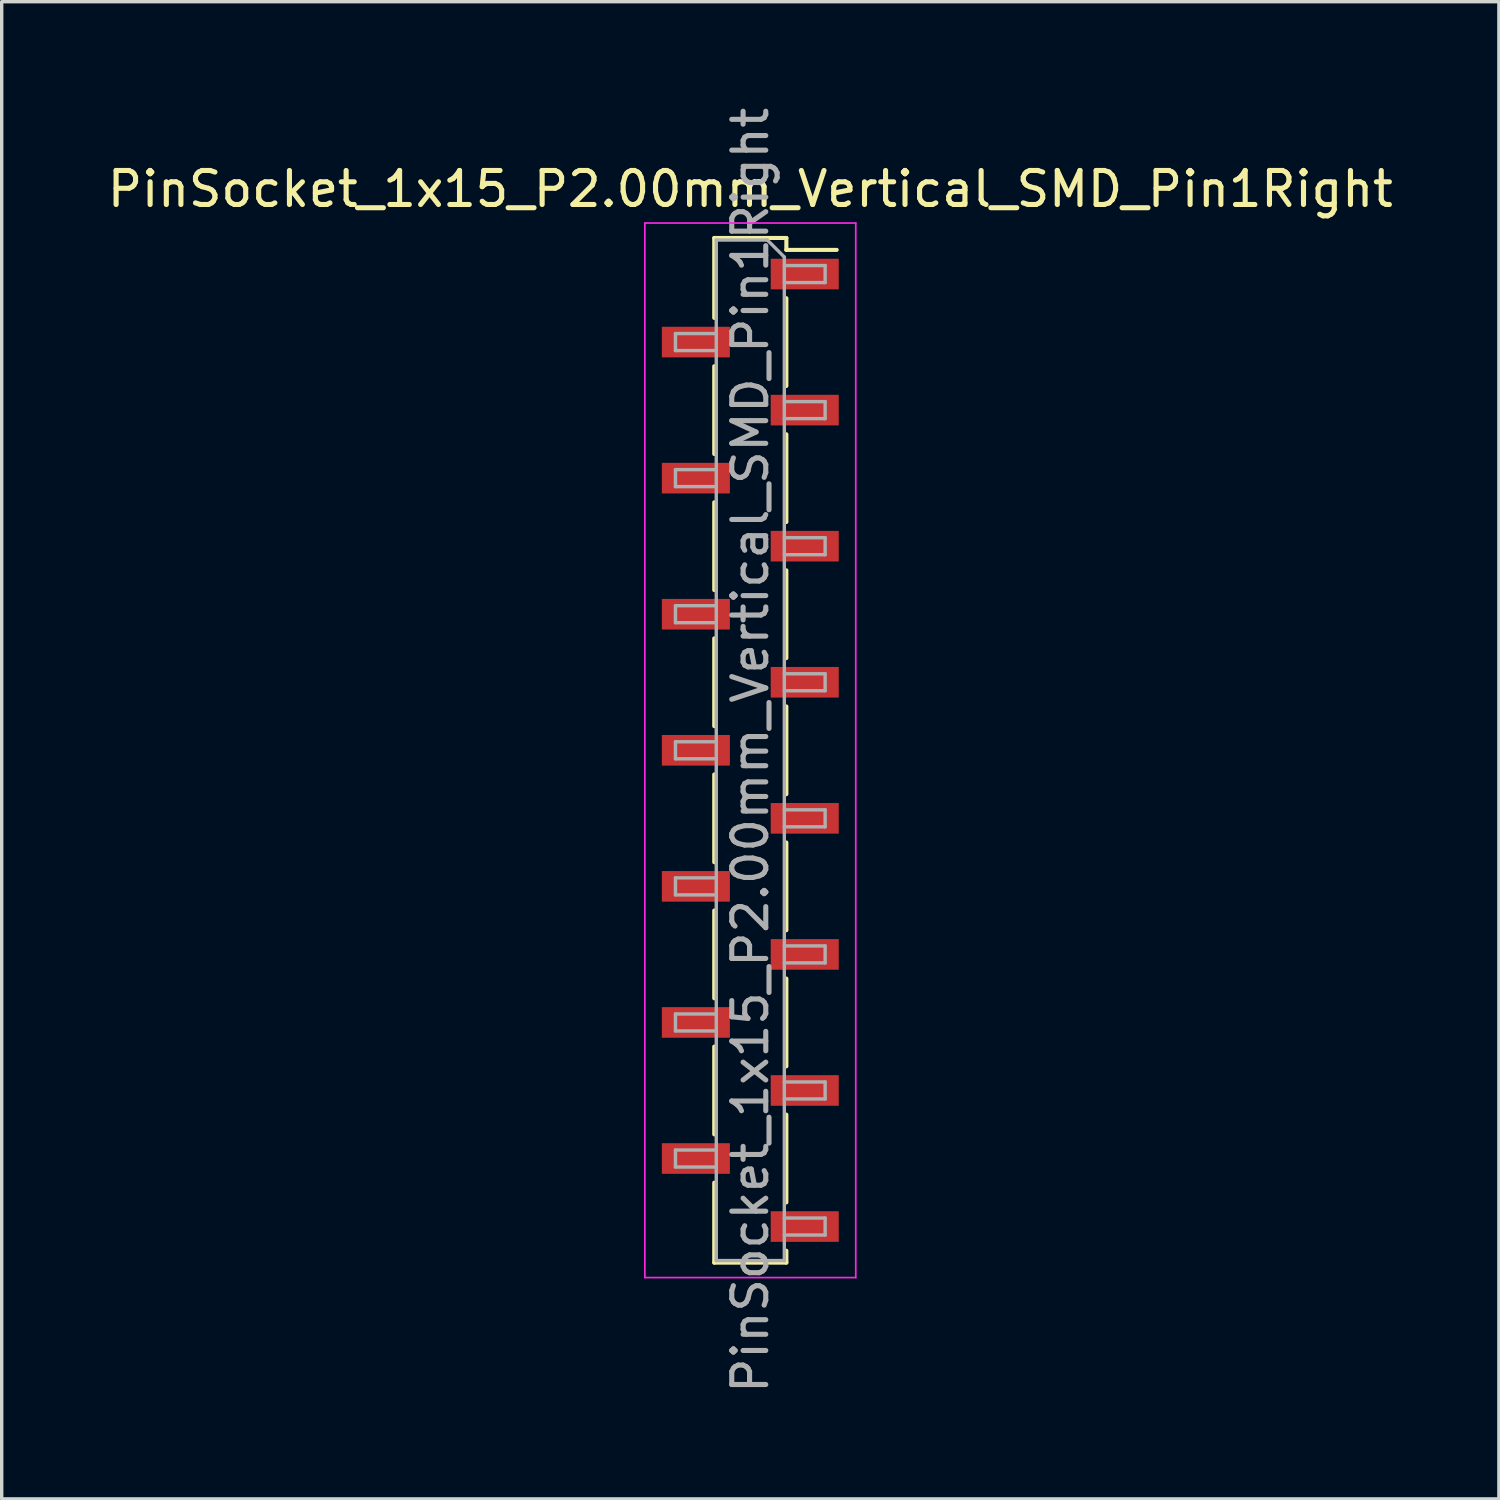
<source format=kicad_pcb>
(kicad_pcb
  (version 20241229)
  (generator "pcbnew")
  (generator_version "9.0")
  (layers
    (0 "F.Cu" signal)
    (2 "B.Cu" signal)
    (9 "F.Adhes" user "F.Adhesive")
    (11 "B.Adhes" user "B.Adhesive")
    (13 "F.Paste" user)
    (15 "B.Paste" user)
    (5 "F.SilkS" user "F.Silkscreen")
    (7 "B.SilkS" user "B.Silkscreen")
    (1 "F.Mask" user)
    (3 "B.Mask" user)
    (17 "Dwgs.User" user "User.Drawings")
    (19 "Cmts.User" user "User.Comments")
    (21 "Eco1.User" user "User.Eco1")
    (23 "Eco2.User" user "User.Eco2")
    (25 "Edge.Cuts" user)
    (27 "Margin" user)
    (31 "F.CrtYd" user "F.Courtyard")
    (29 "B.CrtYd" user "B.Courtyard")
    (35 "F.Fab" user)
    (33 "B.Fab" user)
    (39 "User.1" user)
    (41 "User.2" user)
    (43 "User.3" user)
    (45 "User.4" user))
  (footprint "PinSocket_1x15_P2.00mm_Vertical_SMD_Pin1Right"
    (layer "F.Cu")
    (at 19.006 19.006)
    (property "Reference" "PinSocket_1x15_P2.00mm_Vertical_SMD_Pin1Right" (at 0 -16.5 0) (layer "F.SilkS") (effects (font (size 1 1) (thickness 0.15))))
    (attr smd)
    (fp_line (start -1.06 -15.06) (end -1.06 -12.71) (stroke (width 0.12) (type solid)) (layer "F.SilkS"))
    (fp_line (start -1.06 -15.06) (end 1.06 -15.06) (stroke (width 0.12) (type solid)) (layer "F.SilkS"))
    (fp_line (start -1.06 -11.29) (end -1.06 -8.71) (stroke (width 0.12) (type solid)) (layer "F.SilkS"))
    (fp_line (start -1.06 -7.29) (end -1.06 -4.71) (stroke (width 0.12) (type solid)) (layer "F.SilkS"))
    (fp_line (start -1.06 -3.29) (end -1.06 -0.71) (stroke (width 0.12) (type solid)) (layer "F.SilkS"))
    (fp_line (start -1.06 0.71) (end -1.06 3.29) (stroke (width 0.12) (type solid)) (layer "F.SilkS"))
    (fp_line (start -1.06 4.71) (end -1.06 7.29) (stroke (width 0.12) (type solid)) (layer "F.SilkS"))
    (fp_line (start -1.06 8.71) (end -1.06 11.29) (stroke (width 0.12) (type solid)) (layer "F.SilkS"))
    (fp_line (start -1.06 12.71) (end -1.06 15.06) (stroke (width 0.12) (type solid)) (layer "F.SilkS"))
    (fp_line (start -1.06 15.06) (end 1.06 15.06) (stroke (width 0.12) (type solid)) (layer "F.SilkS"))
    (fp_line (start 1.06 -15.06) (end 1.06 -14.71) (stroke (width 0.12) (type solid)) (layer "F.SilkS"))
    (fp_line (start 1.06 -14.71) (end 2.54 -14.71) (stroke (width 0.12) (type solid)) (layer "F.SilkS"))
    (fp_line (start 1.06 -13.29) (end 1.06 -10.71) (stroke (width 0.12) (type solid)) (layer "F.SilkS"))
    (fp_line (start 1.06 -9.29) (end 1.06 -6.71) (stroke (width 0.12) (type solid)) (layer "F.SilkS"))
    (fp_line (start 1.06 -5.29) (end 1.06 -2.71) (stroke (width 0.12) (type solid)) (layer "F.SilkS"))
    (fp_line (start 1.06 -1.29) (end 1.06 1.29) (stroke (width 0.12) (type solid)) (layer "F.SilkS"))
    (fp_line (start 1.06 2.71) (end 1.06 5.29) (stroke (width 0.12) (type solid)) (layer "F.SilkS"))
    (fp_line (start 1.06 6.71) (end 1.06 9.29) (stroke (width 0.12) (type solid)) (layer "F.SilkS"))
    (fp_line (start 1.06 10.71) (end 1.06 13.29) (stroke (width 0.12) (type solid)) (layer "F.SilkS"))
    (fp_line (start 1.06 14.71) (end 1.06 15.06) (stroke (width 0.12) (type solid)) (layer "F.SilkS"))
    (fp_line (start -3.1 -15.5) (end 3.1 -15.5) (stroke (width 0.05) (type solid)) (layer "F.CrtYd"))
    (fp_line (start -3.1 15.5) (end -3.1 -15.5) (stroke (width 0.05) (type solid)) (layer "F.CrtYd"))
    (fp_line (start 3.1 -15.5) (end 3.1 15.5) (stroke (width 0.05) (type solid)) (layer "F.CrtYd"))
    (fp_line (start 3.1 15.5) (end -3.1 15.5) (stroke (width 0.05) (type solid)) (layer "F.CrtYd"))
    (fp_line (start -2.2 -12.25) (end -1 -12.25) (stroke (width 0.1) (type solid)) (layer "F.Fab"))
    (fp_line (start -2.2 -11.75) (end -2.2 -12.25) (stroke (width 0.1) (type solid)) (layer "F.Fab"))
    (fp_line (start -2.2 -8.25) (end -1 -8.25) (stroke (width 0.1) (type solid)) (layer "F.Fab"))
    (fp_line (start -2.2 -7.75) (end -2.2 -8.25) (stroke (width 0.1) (type solid)) (layer "F.Fab"))
    (fp_line (start -2.2 -4.25) (end -1 -4.25) (stroke (width 0.1) (type solid)) (layer "F.Fab"))
    (fp_line (start -2.2 -3.75) (end -2.2 -4.25) (stroke (width 0.1) (type solid)) (layer "F.Fab"))
    (fp_line (start -2.2 -0.25) (end -1 -0.25) (stroke (width 0.1) (type solid)) (layer "F.Fab"))
    (fp_line (start -2.2 0.25) (end -2.2 -0.25) (stroke (width 0.1) (type solid)) (layer "F.Fab"))
    (fp_line (start -2.2 3.75) (end -1 3.75) (stroke (width 0.1) (type solid)) (layer "F.Fab"))
    (fp_line (start -2.2 4.25) (end -2.2 3.75) (stroke (width 0.1) (type solid)) (layer "F.Fab"))
    (fp_line (start -2.2 7.75) (end -1 7.75) (stroke (width 0.1) (type solid)) (layer "F.Fab"))
    (fp_line (start -2.2 8.25) (end -2.2 7.75) (stroke (width 0.1) (type solid)) (layer "F.Fab"))
    (fp_line (start -2.2 11.75) (end -1 11.75) (stroke (width 0.1) (type solid)) (layer "F.Fab"))
    (fp_line (start -2.2 12.25) (end -2.2 11.75) (stroke (width 0.1) (type solid)) (layer "F.Fab"))
    (fp_line (start -1 -15) (end 0.5 -15) (stroke (width 0.1) (type solid)) (layer "F.Fab"))
    (fp_line (start -1 -11.75) (end -2.2 -11.75) (stroke (width 0.1) (type solid)) (layer "F.Fab"))
    (fp_line (start -1 -7.75) (end -2.2 -7.75) (stroke (width 0.1) (type solid)) (layer "F.Fab"))
    (fp_line (start -1 -3.75) (end -2.2 -3.75) (stroke (width 0.1) (type solid)) (layer "F.Fab"))
    (fp_line (start -1 0.25) (end -2.2 0.25) (stroke (width 0.1) (type solid)) (layer "F.Fab"))
    (fp_line (start -1 4.25) (end -2.2 4.25) (stroke (width 0.1) (type solid)) (layer "F.Fab"))
    (fp_line (start -1 8.25) (end -2.2 8.25) (stroke (width 0.1) (type solid)) (layer "F.Fab"))
    (fp_line (start -1 12.25) (end -2.2 12.25) (stroke (width 0.1) (type solid)) (layer "F.Fab"))
    (fp_line (start -1 15) (end -1 -15) (stroke (width 0.1) (type solid)) (layer "F.Fab"))
    (fp_line (start 0.5 -15) (end 1 -14.5) (stroke (width 0.1) (type solid)) (layer "F.Fab"))
    (fp_line (start 1 -14.5) (end 1 15) (stroke (width 0.1) (type solid)) (layer "F.Fab"))
    (fp_line (start 1 -14.25) (end 2.2 -14.25) (stroke (width 0.1) (type solid)) (layer "F.Fab"))
    (fp_line (start 1 -10.25) (end 2.2 -10.25) (stroke (width 0.1) (type solid)) (layer "F.Fab"))
    (fp_line (start 1 -6.25) (end 2.2 -6.25) (stroke (width 0.1) (type solid)) (layer "F.Fab"))
    (fp_line (start 1 -2.25) (end 2.2 -2.25) (stroke (width 0.1) (type solid)) (layer "F.Fab"))
    (fp_line (start 1 1.75) (end 2.2 1.75) (stroke (width 0.1) (type solid)) (layer "F.Fab"))
    (fp_line (start 1 5.75) (end 2.2 5.75) (stroke (width 0.1) (type solid)) (layer "F.Fab"))
    (fp_line (start 1 9.75) (end 2.2 9.75) (stroke (width 0.1) (type solid)) (layer "F.Fab"))
    (fp_line (start 1 13.75) (end 2.2 13.75) (stroke (width 0.1) (type solid)) (layer "F.Fab"))
    (fp_line (start 1 15) (end -1 15) (stroke (width 0.1) (type solid)) (layer "F.Fab"))
    (fp_line (start 2.2 -14.25) (end 2.2 -13.75) (stroke (width 0.1) (type solid)) (layer "F.Fab"))
    (fp_line (start 2.2 -13.75) (end 1 -13.75) (stroke (width 0.1) (type solid)) (layer "F.Fab"))
    (fp_line (start 2.2 -10.25) (end 2.2 -9.75) (stroke (width 0.1) (type solid)) (layer "F.Fab"))
    (fp_line (start 2.2 -9.75) (end 1 -9.75) (stroke (width 0.1) (type solid)) (layer "F.Fab"))
    (fp_line (start 2.2 -6.25) (end 2.2 -5.75) (stroke (width 0.1) (type solid)) (layer "F.Fab"))
    (fp_line (start 2.2 -5.75) (end 1 -5.75) (stroke (width 0.1) (type solid)) (layer "F.Fab"))
    (fp_line (start 2.2 -2.25) (end 2.2 -1.75) (stroke (width 0.1) (type solid)) (layer "F.Fab"))
    (fp_line (start 2.2 -1.75) (end 1 -1.75) (stroke (width 0.1) (type solid)) (layer "F.Fab"))
    (fp_line (start 2.2 1.75) (end 2.2 2.25) (stroke (width 0.1) (type solid)) (layer "F.Fab"))
    (fp_line (start 2.2 2.25) (end 1 2.25) (stroke (width 0.1) (type solid)) (layer "F.Fab"))
    (fp_line (start 2.2 5.75) (end 2.2 6.25) (stroke (width 0.1) (type solid)) (layer "F.Fab"))
    (fp_line (start 2.2 6.25) (end 1 6.25) (stroke (width 0.1) (type solid)) (layer "F.Fab"))
    (fp_line (start 2.2 9.75) (end 2.2 10.25) (stroke (width 0.1) (type solid)) (layer "F.Fab"))
    (fp_line (start 2.2 10.25) (end 1 10.25) (stroke (width 0.1) (type solid)) (layer "F.Fab"))
    (fp_line (start 2.2 13.75) (end 2.2 14.25) (stroke (width 0.1) (type solid)) (layer "F.Fab"))
    (fp_line (start 2.2 14.25) (end 1 14.25) (stroke (width 0.1) (type solid)) (layer "F.Fab"))
    (fp_text user "${REFERENCE}" (at 0 0 90) (layer "F.Fab") (effects (font (size 1 1) (thickness 0.15))))
    (pad "1" smd rect (at 1.6 -14) (size 2 0.9) (layers "F.Cu" "F.Mask" "F.Paste"))
    (pad "2" smd rect (at -1.6 -12) (size 2 0.9) (layers "F.Cu" "F.Mask" "F.Paste"))
    (pad "3" smd rect (at 1.6 -10) (size 2 0.9) (layers "F.Cu" "F.Mask" "F.Paste"))
    (pad "4" smd rect (at -1.6 -8) (size 2 0.9) (layers "F.Cu" "F.Mask" "F.Paste"))
    (pad "5" smd rect (at 1.6 -6) (size 2 0.9) (layers "F.Cu" "F.Mask" "F.Paste"))
    (pad "6" smd rect (at -1.6 -4) (size 2 0.9) (layers "F.Cu" "F.Mask" "F.Paste"))
    (pad "7" smd rect (at 1.6 -2) (size 2 0.9) (layers "F.Cu" "F.Mask" "F.Paste"))
    (pad "8" smd rect (at -1.6 0) (size 2 0.9) (layers "F.Cu" "F.Mask" "F.Paste"))
    (pad "9" smd rect (at 1.6 2) (size 2 0.9) (layers "F.Cu" "F.Mask" "F.Paste"))
    (pad "10" smd rect (at -1.6 4) (size 2 0.9) (layers "F.Cu" "F.Mask" "F.Paste"))
    (pad "11" smd rect (at 1.6 6) (size 2 0.9) (layers "F.Cu" "F.Mask" "F.Paste"))
    (pad "12" smd rect (at -1.6 8) (size 2 0.9) (layers "F.Cu" "F.Mask" "F.Paste"))
    (pad "13" smd rect (at 1.6 10) (size 2 0.9) (layers "F.Cu" "F.Mask" "F.Paste"))
    (pad "14" smd rect (at -1.6 12) (size 2 0.9) (layers "F.Cu" "F.Mask" "F.Paste"))
    (pad "15" smd rect (at 1.6 14) (size 2 0.9) (layers "F.Cu" "F.Mask" "F.Paste")))
  (gr_rect
    (start -3 -3)
    (end 41.012 41.012)
    (stroke (width 0.1) (type default))
    (fill no)
    (layer "Edge.Cuts")))
</source>
